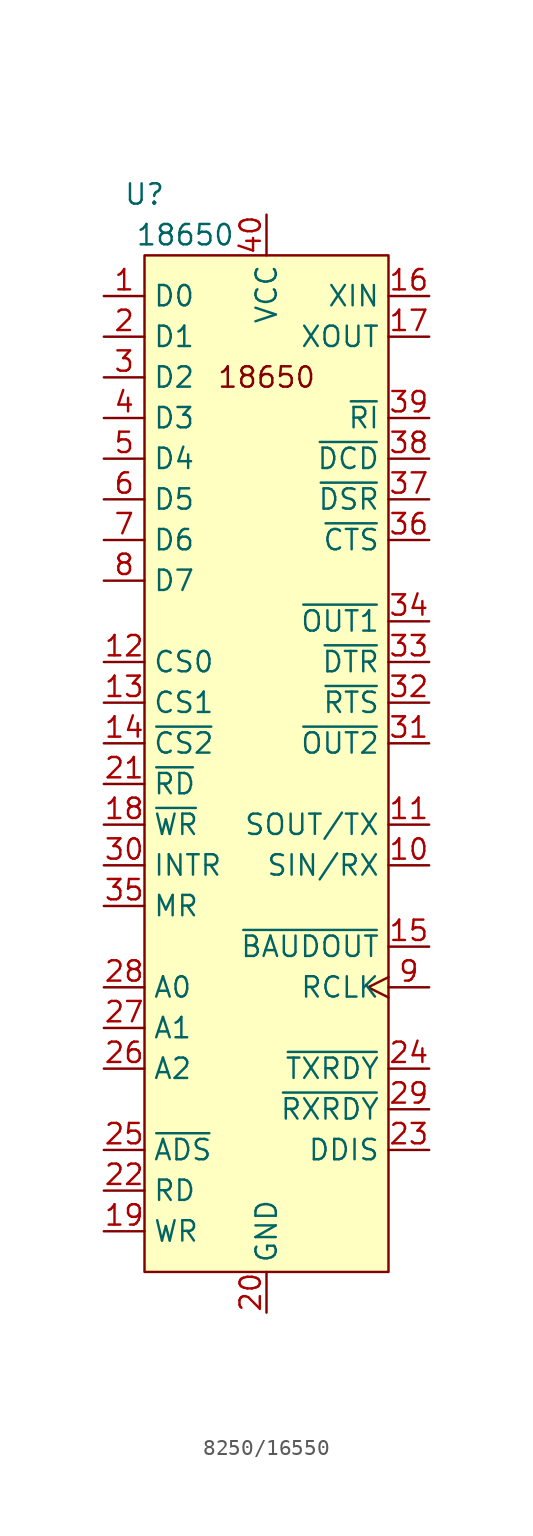
<source format=kicad_sym>
(kicad_symbol_lib
  (version 20220914)
  (generator kicad_symbol_editor)
  (symbol "8250/16550"
    (property "Reference" "U"
      (at 0 3.81 0)
      (effects (font (size 1.27 1.27))))
    (property "Value" "18650"
      (at 2.54 1.27 0)
      (effects (font (size 1.27 1.27))))
    (symbol "8250/16550_1_1"
      (rectangle (start 0 0) (end 15.24 -63.5) (stroke (width 0) (type default)) (fill (type background)))
      (text "18650" (at 7.62 -7.62 0) (effects (font (size 1.27 1.27))))
      (pin bidirectional line (at -2.54 -2.54 0) (length 2.54) (name "D0" (effects (font (size 1.27 1.27)))) (number "1" (effects (font (size 1.27 1.27)))))
      (pin input line (at 17.78 -38.1 180) (length 2.54) (name "SIN/RX" (effects (font (size 1.27 1.27)))) (number "10" (effects (font (size 1.27 1.27)))))
      (pin output line (at 17.78 -35.56 180) (length 2.54) (name "SOUT/TX" (effects (font (size 1.27 1.27)))) (number "11" (effects (font (size 1.27 1.27)))))
      (pin input line (at -2.54 -25.4 0) (length 2.54) (name "CS0" (effects (font (size 1.27 1.27)))) (number "12" (effects (font (size 1.27 1.27)))))
      (pin input line (at -2.54 -27.94 0) (length 2.54) (name "CS1" (effects (font (size 1.27 1.27)))) (number "13" (effects (font (size 1.27 1.27)))))
      (pin input line (at -2.54 -30.48 0) (length 2.54) (name "~{CS2}" (effects (font (size 1.27 1.27)))) (number "14" (effects (font (size 1.27 1.27)))))
      (pin output line (at 17.78 -43.18 180) (length 2.54) (name "~{BAUDOUT}" (effects (font (size 1.27 1.27)))) (number "15" (effects (font (size 1.27 1.27)))))
      (pin input line (at 17.78 -2.54 180) (length 2.54) (name "XIN" (effects (font (size 1.27 1.27)))) (number "16" (effects (font (size 1.27 1.27)))))
      (pin input line (at 17.78 -5.08 180) (length 2.54) (name "XOUT" (effects (font (size 1.27 1.27)))) (number "17" (effects (font (size 1.27 1.27)))))
      (pin input line (at -2.54 -35.56 0) (length 2.54) (name "~{WR}" (effects (font (size 1.27 1.27)))) (number "18" (effects (font (size 1.27 1.27)))))
      (pin input line (at -2.54 -60.96 0) (length 2.54) (name "WR" (effects (font (size 1.27 1.27)))) (number "19" (effects (font (size 1.27 1.27)))))
      (pin bidirectional line (at -2.54 -5.08 0) (length 2.54) (name "D1" (effects (font (size 1.27 1.27)))) (number "2" (effects (font (size 1.27 1.27)))))
      (pin power_in line (at 7.62 -66.04 90) (length 2.54) (name "GND" (effects (font (size 1.27 1.27)))) (number "20" (effects (font (size 1.27 1.27)))))
      (pin input line (at -2.54 -33.02 0) (length 2.54) (name "~{RD}" (effects (font (size 1.27 1.27)))) (number "21" (effects (font (size 1.27 1.27)))))
      (pin input line (at -2.54 -58.42 0) (length 2.54) (name "RD" (effects (font (size 1.27 1.27)))) (number "22" (effects (font (size 1.27 1.27)))))
      (pin input line (at 17.78 -55.88 180) (length 2.54) (name "DDIS" (effects (font (size 1.27 1.27)))) (number "23" (effects (font (size 1.27 1.27)))))
      (pin output line (at 17.78 -50.8 180) (length 2.54) (name "~{TXRDY}" (effects (font (size 1.27 1.27)))) (number "24" (effects (font (size 1.27 1.27)))))
      (pin input line (at -2.54 -55.88 0) (length 2.54) (name "~{ADS}" (effects (font (size 1.27 1.27)))) (number "25" (effects (font (size 1.27 1.27)))))
      (pin input line (at -2.54 -50.8 0) (length 2.54) (name "A2" (effects (font (size 1.27 1.27)))) (number "26" (effects (font (size 1.27 1.27)))))
      (pin input line (at -2.54 -48.26 0) (length 2.54) (name "A1" (effects (font (size 1.27 1.27)))) (number "27" (effects (font (size 1.27 1.27)))))
      (pin input line (at -2.54 -45.72 0) (length 2.54) (name "A0" (effects (font (size 1.27 1.27)))) (number "28" (effects (font (size 1.27 1.27)))))
      (pin output line (at 17.78 -53.34 180) (length 2.54) (name "~{RXRDY}" (effects (font (size 1.27 1.27)))) (number "29" (effects (font (size 1.27 1.27)))))
      (pin bidirectional line (at -2.54 -7.62 0) (length 2.54) (name "D2" (effects (font (size 1.27 1.27)))) (number "3" (effects (font (size 1.27 1.27)))))
      (pin output line (at -2.54 -38.1 0) (length 2.54) (name "INTR" (effects (font (size 1.27 1.27)))) (number "30" (effects (font (size 1.27 1.27)))))
      (pin output line (at 17.78 -30.48 180) (length 2.54) (name "~{OUT2}" (effects (font (size 1.27 1.27)))) (number "31" (effects (font (size 1.27 1.27)))))
      (pin output line (at 17.78 -27.94 180) (length 2.54) (name "~{RTS}" (effects (font (size 1.27 1.27)))) (number "32" (effects (font (size 1.27 1.27)))))
      (pin output line (at 17.78 -25.4 180) (length 2.54) (name "~{DTR}" (effects (font (size 1.27 1.27)))) (number "33" (effects (font (size 1.27 1.27)))))
      (pin output line (at 17.78 -22.86 180) (length 2.54) (name "~{OUT1}" (effects (font (size 1.27 1.27)))) (number "34" (effects (font (size 1.27 1.27)))))
      (pin input line (at -2.54 -40.64 0) (length 2.54) (name "MR" (effects (font (size 1.27 1.27)))) (number "35" (effects (font (size 1.27 1.27)))))
      (pin input line (at 17.78 -17.78 180) (length 2.54) (name "~{CTS}" (effects (font (size 1.27 1.27)))) (number "36" (effects (font (size 1.27 1.27)))))
      (pin input line (at 17.78 -15.24 180) (length 2.54) (name "~{DSR}" (effects (font (size 1.27 1.27)))) (number "37" (effects (font (size 1.27 1.27)))))
      (pin input line (at 17.78 -12.7 180) (length 2.54) (name "~{DCD}" (effects (font (size 1.27 1.27)))) (number "38" (effects (font (size 1.27 1.27)))))
      (pin input line (at 17.78 -10.16 180) (length 2.54) (name "~{RI}" (effects (font (size 1.27 1.27)))) (number "39" (effects (font (size 1.27 1.27)))))
      (pin bidirectional line (at -2.54 -10.16 0) (length 2.54) (name "D3" (effects (font (size 1.27 1.27)))) (number "4" (effects (font (size 1.27 1.27)))))
      (pin power_in line (at 7.62 2.54 270) (length 2.54) (name "VCC" (effects (font (size 1.27 1.27)))) (number "40" (effects (font (size 1.27 1.27)))))
      (pin bidirectional line (at -2.54 -12.7 0) (length 2.54) (name "D4" (effects (font (size 1.27 1.27)))) (number "5" (effects (font (size 1.27 1.27)))))
      (pin bidirectional line (at -2.54 -15.24 0) (length 2.54) (name "D5" (effects (font (size 1.27 1.27)))) (number "6" (effects (font (size 1.27 1.27)))))
      (pin bidirectional line (at -2.54 -17.78 0) (length 2.54) (name "D6" (effects (font (size 1.27 1.27)))) (number "7" (effects (font (size 1.27 1.27)))))
      (pin bidirectional line (at -2.54 -20.32 0) (length 2.54) (name "D7" (effects (font (size 1.27 1.27)))) (number "8" (effects (font (size 1.27 1.27)))))
      (pin input clock (at 17.78 -45.72 180) (length 2.54) (name "RCLK" (effects (font (size 1.27 1.27)))) (number "9" (effects (font (size 1.27 1.27))))))))
</source>
